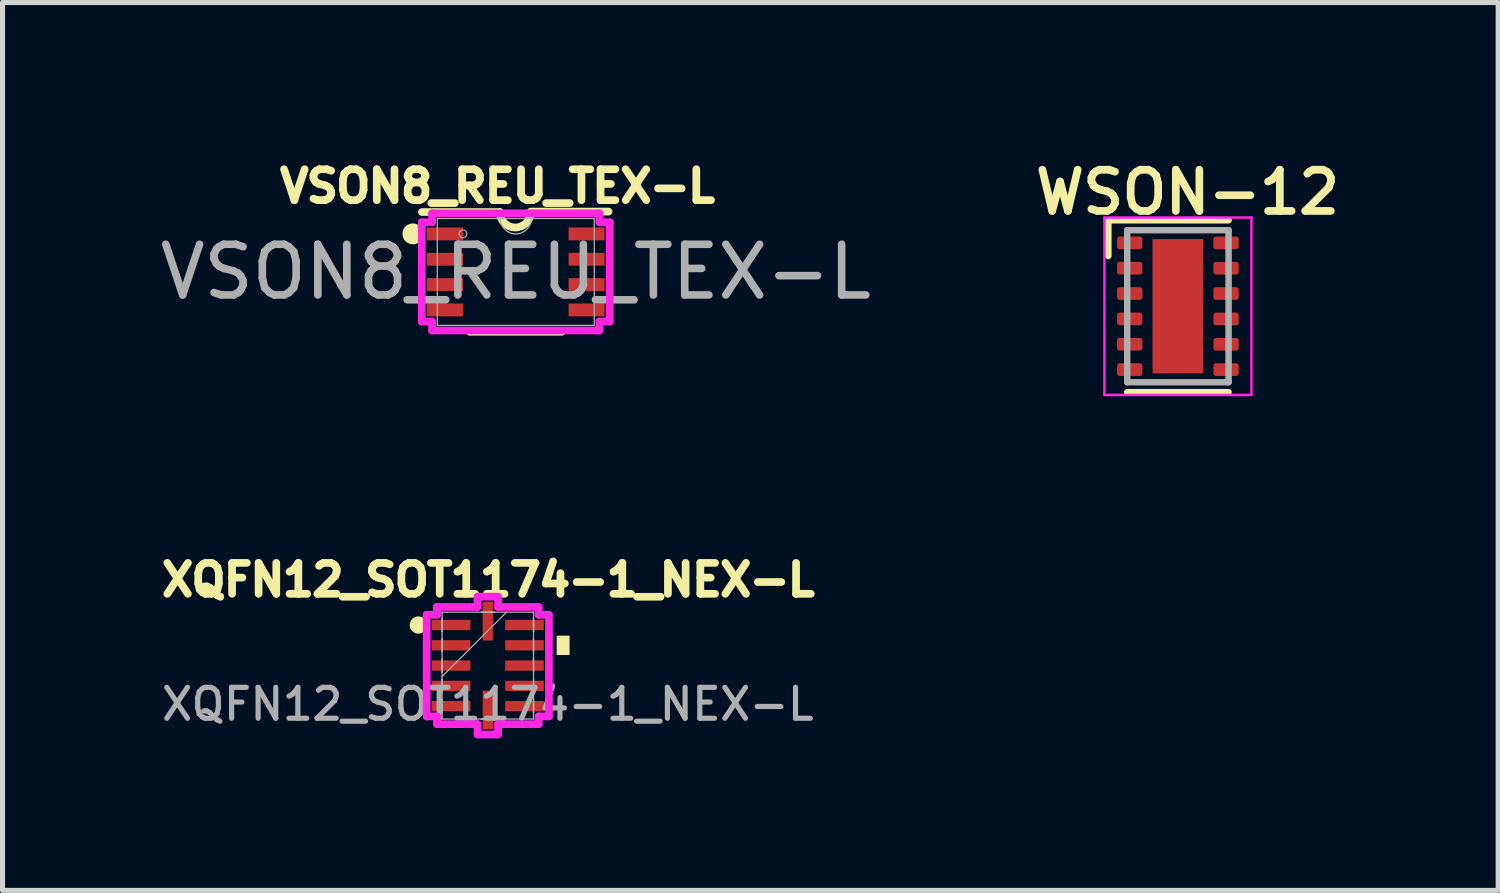
<source format=kicad_pcb>
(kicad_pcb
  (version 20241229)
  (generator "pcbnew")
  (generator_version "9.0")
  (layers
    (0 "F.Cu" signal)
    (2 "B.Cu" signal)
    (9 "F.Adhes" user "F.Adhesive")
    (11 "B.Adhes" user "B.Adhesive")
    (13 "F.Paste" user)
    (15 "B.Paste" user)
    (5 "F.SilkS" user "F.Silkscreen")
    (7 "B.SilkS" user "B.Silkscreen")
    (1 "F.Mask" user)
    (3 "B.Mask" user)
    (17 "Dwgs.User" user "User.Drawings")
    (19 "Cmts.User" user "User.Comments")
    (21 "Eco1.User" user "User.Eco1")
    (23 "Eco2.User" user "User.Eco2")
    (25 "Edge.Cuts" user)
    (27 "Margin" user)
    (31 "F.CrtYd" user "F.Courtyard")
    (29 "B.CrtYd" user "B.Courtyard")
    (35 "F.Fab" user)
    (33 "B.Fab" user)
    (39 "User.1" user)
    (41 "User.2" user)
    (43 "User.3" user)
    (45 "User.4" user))
  (footprint "WSON-12"
    (layer "F.Cu")
    (at 20.187 2.991)
    (property "Reference" "WSON-12" (at 0.191 -2.248 0) (layer "F.SilkS") (effects (font (size 0.813 0.813) (thickness 0.152) (bold yes))))
    (attr smd)
    (fp_line (start -1.372 -1.695) (end 1 -1.695) (stroke (width 0.127) (type solid)) (layer "F.SilkS"))
    (fp_line (start -1.372 -0.991) (end -1.372 -1.686) (stroke (width 0.127) (type solid)) (layer "F.SilkS"))
    (fp_line (start -1 1.695) (end 1 1.695) (stroke (width 0.127) (type solid)) (layer "F.SilkS"))
    (fp_poly (pts (xy -0.475 -1.27) (xy 0.475 -1.27) (xy 0.475 -0.1) (xy -0.475 -0.1)) (stroke (width 0.01) (type solid)) (fill yes) (layer "F.Paste"))
    (fp_poly (pts (xy -0.475 0.1) (xy 0.475 0.1) (xy 0.475 1.27) (xy -0.475 1.27)) (stroke (width 0.01) (type solid)) (fill yes) (layer "F.Paste"))
    (fp_line (start -1.45 -1.75) (end -1.45 1.75) (stroke (width 0.05) (type solid)) (layer "F.CrtYd"))
    (fp_line (start -1.45 -1.75) (end 1.45 -1.75) (stroke (width 0.05) (type solid)) (layer "F.CrtYd"))
    (fp_line (start -1.45 1.75) (end 1.45 1.75) (stroke (width 0.05) (type solid)) (layer "F.CrtYd"))
    (fp_line (start 1.45 -1.75) (end 1.45 1.75) (stroke (width 0.05) (type solid)) (layer "F.CrtYd"))
    (fp_line (start -1 -1.5) (end -1 1.5) (stroke (width 0.127) (type solid)) (layer "F.Fab"))
    (fp_line (start -1 -1.5) (end 1 -1.5) (stroke (width 0.127) (type solid)) (layer "F.Fab"))
    (fp_line (start -1 1.5) (end 1 1.5) (stroke (width 0.127) (type solid)) (layer "F.Fab"))
    (fp_line (start 1 -1.5) (end 1 1.5) (stroke (width 0.127) (type solid)) (layer "F.Fab"))
    (pad "1" smd roundrect (at -0.95 -1.25) (size 0.5 0.25) (layers "F.Cu" "F.Mask" "F.Paste") (roundrect_rratio 0.2))
    (pad "2" smd roundrect (at -0.95 -0.75) (size 0.5 0.25) (layers "F.Cu" "F.Mask" "F.Paste") (roundrect_rratio 0.2))
    (pad "3" smd roundrect (at -0.95 -0.25) (size 0.5 0.25) (layers "F.Cu" "F.Mask" "F.Paste") (roundrect_rratio 0.2))
    (pad "4" smd roundrect (at -0.95 0.25) (size 0.5 0.25) (layers "F.Cu" "F.Mask" "F.Paste") (roundrect_rratio 0.2))
    (pad "5" smd roundrect (at -0.95 0.75) (size 0.5 0.25) (layers "F.Cu" "F.Mask" "F.Paste") (roundrect_rratio 0.2))
    (pad "6" smd roundrect (at -0.95 1.25) (size 0.5 0.25) (layers "F.Cu" "F.Mask" "F.Paste") (roundrect_rratio 0.2))
    (pad "7" smd roundrect (at 0.95 1.25) (size 0.5 0.25) (layers "F.Cu" "F.Mask" "F.Paste") (roundrect_rratio 0.2))
    (pad "8" smd roundrect (at 0.95 0.75) (size 0.5 0.25) (layers "F.Cu" "F.Mask" "F.Paste") (roundrect_rratio 0.2))
    (pad "9" smd roundrect (at 0.95 0.25) (size 0.5 0.25) (layers "F.Cu" "F.Mask" "F.Paste") (roundrect_rratio 0.2))
    (pad "10" smd roundrect (at 0.95 -0.25) (size 0.5 0.25) (layers "F.Cu" "F.Mask" "F.Paste") (roundrect_rratio 0.2))
    (pad "11" smd roundrect (at 0.95 -0.75) (size 0.5 0.25) (layers "F.Cu" "F.Mask" "F.Paste") (roundrect_rratio 0.2))
    (pad "12" smd roundrect (at 0.95 -1.25) (size 0.5 0.25) (layers "F.Cu" "F.Mask" "F.Paste") (roundrect_rratio 0.2))
    (pad "13" smd rect (at 0 0) (size 1 2.65) (layers "F.Cu" "F.Mask")))
  (footprint "VSON8_REU_TEX-L"
    (layer "F.Cu")
    (at 7.125 2.314)
    (property "Reference" "VSON8_REU_TEX-L" (at -0.36 -1.69 0) (unlocked yes) (layer "F.SilkS") (effects (font (size 0.61 0.61) (thickness 0.152) (bold yes))))
    (attr smd)
    (fp_line (start -0.906 1.181) (end 0.906 1.181) (stroke (width 0.152) (type solid)) (layer "F.SilkS"))
    (fp_line (start -0.315 -1.181) (end -1.85 -1.181) (stroke (width 0.152) (type solid)) (layer "F.SilkS"))
    (fp_line (start 1.83 -1.19) (end 0.295 -1.19) (stroke (width 0.152) (type solid)) (layer "F.SilkS"))
    (fp_arc (start 0.2948 -1.1811) (mid -0.01 -0.8763) (end -0.3148 -1.1811) (stroke (width 0.1524) (type solid)) (layer "F.SilkS"))
    (fp_circle (center -2.03 -0.75) (end -1.874 -0.75) (stroke (width 0.1) (type solid)) (fill yes) (layer "F.SilkS"))
    (fp_line (start -1.854 -0.979) (end -1.651 -0.979) (stroke (width 0.152) (type solid)) (layer "F.CrtYd"))
    (fp_line (start -1.854 0.979) (end -1.854 -0.979) (stroke (width 0.152) (type solid)) (layer "F.CrtYd"))
    (fp_line (start -1.854 0.979) (end -1.651 0.979) (stroke (width 0.152) (type solid)) (layer "F.CrtYd"))
    (fp_line (start -1.651 -1.156) (end 1.651 -1.156) (stroke (width 0.152) (type solid)) (layer "F.CrtYd"))
    (fp_line (start -1.651 -0.979) (end -1.651 -1.156) (stroke (width 0.152) (type solid)) (layer "F.CrtYd"))
    (fp_line (start -1.651 1.156) (end -1.651 0.979) (stroke (width 0.152) (type solid)) (layer "F.CrtYd"))
    (fp_line (start 1.651 -1.156) (end 1.651 -0.979) (stroke (width 0.152) (type solid)) (layer "F.CrtYd"))
    (fp_line (start 1.651 0.979) (end 1.651 1.156) (stroke (width 0.152) (type solid)) (layer "F.CrtYd"))
    (fp_line (start 1.651 1.156) (end -1.651 1.156) (stroke (width 0.152) (type solid)) (layer "F.CrtYd"))
    (fp_line (start 1.854 -0.979) (end 1.651 -0.979) (stroke (width 0.152) (type solid)) (layer "F.CrtYd"))
    (fp_line (start 1.854 -0.979) (end 1.854 0.979) (stroke (width 0.152) (type solid)) (layer "F.CrtYd"))
    (fp_line (start 1.854 0.979) (end 1.651 0.979) (stroke (width 0.152) (type solid)) (layer "F.CrtYd"))
    (fp_line (start -1.549 -1.054) (end -1.549 1.054) (stroke (width 0.025) (type solid)) (layer "F.Fab"))
    (fp_line (start -1.549 1.054) (end 1.549 1.054) (stroke (width 0.025) (type solid)) (layer "F.Fab"))
    (fp_line (start 1.549 -1.054) (end -1.549 -1.054) (stroke (width 0.025) (type solid)) (layer "F.Fab"))
    (fp_line (start 1.549 1.054) (end 1.549 -1.054) (stroke (width 0.025) (type solid)) (layer "F.Fab"))
    (fp_arc (start 0.3048 -1.0541) (mid 0 -0.7493) (end -0.3048 -1.0541) (stroke (width 0.0254) (type solid)) (layer "F.Fab"))
    (fp_circle (center -1.041 -0.75) (end -0.965 -0.75) (stroke (width 0.025) (type solid)) (fill no) (layer "F.Fab"))
    (fp_text user "${REFERENCE}" (at 0 0 0) (unlocked yes) (layer "F.Fab") (effects (font (size 1 1) (thickness 0.15))))
    (pad "1" smd rect (at -1.397 -0.75) (size 0.711 0.254) (layers "F.Cu" "F.Mask" "F.Paste"))
    (pad "2" smd rect (at -1.397 -0.25) (size 0.711 0.254) (layers "F.Cu" "F.Mask" "F.Paste"))
    (pad "3" smd rect (at -1.397 0.25) (size 0.711 0.254) (layers "F.Cu" "F.Mask" "F.Paste"))
    (pad "4" smd rect (at -1.397 0.75) (size 0.711 0.254) (layers "F.Cu" "F.Mask" "F.Paste"))
    (pad "5" smd rect (at 1.397 0.75) (size 0.711 0.254) (layers "F.Cu" "F.Mask" "F.Paste"))
    (pad "6" smd rect (at 1.397 0.25) (size 0.711 0.254) (layers "F.Cu" "F.Mask" "F.Paste"))
    (pad "7" smd rect (at 1.397 -0.25) (size 0.711 0.254) (layers "F.Cu" "F.Mask" "F.Paste"))
    (pad "8" smd rect (at 1.397 -0.75) (size 0.711 0.254) (layers "F.Cu" "F.Mask" "F.Paste")))
  (footprint "XQFN12_SOT1174-1_NEX-L"
    (layer "F.Cu")
    (at 6.573 10.08)
    (property "Reference" "XQFN12_SOT1174-1_NEX-L" (at 0.01 -1.69 0) (unlocked yes) (layer "F.SilkS") (effects (font (size 0.61 0.61) (thickness 0.152) (bold yes))))
    (attr smd)
    (fp_circle (center -1.37 -0.8) (end -1.28 -0.72) (stroke (width 0.1) (type solid)) (fill yes) (layer "F.SilkS"))
    (fp_poly (pts (xy 1.613 -0.59) (xy 1.613 -0.209) (xy 1.359 -0.209) (xy 1.359 -0.59)) (stroke (width 0) (type solid)) (fill yes) (layer "F.SilkS"))
    (fp_line (start -1.206 -1.003) (end -1.003 -1.003) (stroke (width 0.152) (type solid)) (layer "F.CrtYd"))
    (fp_line (start -1.206 1.003) (end -1.206 -1.003) (stroke (width 0.152) (type solid)) (layer "F.CrtYd"))
    (fp_line (start -1.003 -1.156) (end -0.203 -1.156) (stroke (width 0.152) (type solid)) (layer "F.CrtYd"))
    (fp_line (start -1.003 -1.003) (end -1.003 -1.156) (stroke (width 0.152) (type solid)) (layer "F.CrtYd"))
    (fp_line (start -1.003 1.003) (end -1.206 1.003) (stroke (width 0.152) (type solid)) (layer "F.CrtYd"))
    (fp_line (start -1.003 1.156) (end -1.003 1.003) (stroke (width 0.152) (type solid)) (layer "F.CrtYd"))
    (fp_line (start -0.203 -1.359) (end 0.203 -1.359) (stroke (width 0.152) (type solid)) (layer "F.CrtYd"))
    (fp_line (start -0.203 -1.156) (end -0.203 -1.359) (stroke (width 0.152) (type solid)) (layer "F.CrtYd"))
    (fp_line (start -0.203 1.156) (end -1.003 1.156) (stroke (width 0.152) (type solid)) (layer "F.CrtYd"))
    (fp_line (start -0.203 1.359) (end -0.203 1.156) (stroke (width 0.152) (type solid)) (layer "F.CrtYd"))
    (fp_line (start 0.203 -1.359) (end 0.203 -1.156) (stroke (width 0.152) (type solid)) (layer "F.CrtYd"))
    (fp_line (start 0.203 -1.156) (end 1.003 -1.156) (stroke (width 0.152) (type solid)) (layer "F.CrtYd"))
    (fp_line (start 0.203 1.156) (end 0.203 1.359) (stroke (width 0.152) (type solid)) (layer "F.CrtYd"))
    (fp_line (start 0.203 1.359) (end -0.203 1.359) (stroke (width 0.152) (type solid)) (layer "F.CrtYd"))
    (fp_line (start 1.003 -1.156) (end 1.003 -1.003) (stroke (width 0.152) (type solid)) (layer "F.CrtYd"))
    (fp_line (start 1.003 -1.003) (end 1.206 -1.003) (stroke (width 0.152) (type solid)) (layer "F.CrtYd"))
    (fp_line (start 1.003 1.003) (end 1.003 1.156) (stroke (width 0.152) (type solid)) (layer "F.CrtYd"))
    (fp_line (start 1.003 1.156) (end 0.203 1.156) (stroke (width 0.152) (type solid)) (layer "F.CrtYd"))
    (fp_line (start 1.206 -1.003) (end 1.206 1.003) (stroke (width 0.152) (type solid)) (layer "F.CrtYd"))
    (fp_line (start 1.206 1.003) (end 1.003 1.003) (stroke (width 0.152) (type solid)) (layer "F.CrtYd"))
    (fp_line (start -0.902 -1.054) (end -0.902 -1.054) (stroke (width 0.025) (type solid)) (layer "F.Fab"))
    (fp_line (start -0.902 -1.054) (end -0.902 1.054) (stroke (width 0.025) (type solid)) (layer "F.Fab"))
    (fp_line (start -0.902 -0.927) (end -0.902 -0.927) (stroke (width 0.025) (type solid)) (layer "F.Fab"))
    (fp_line (start -0.902 -0.927) (end -0.902 -0.673) (stroke (width 0.025) (type solid)) (layer "F.Fab"))
    (fp_line (start -0.902 -0.673) (end -0.902 -0.927) (stroke (width 0.025) (type solid)) (layer "F.Fab"))
    (fp_line (start -0.902 -0.673) (end -0.902 -0.673) (stroke (width 0.025) (type solid)) (layer "F.Fab"))
    (fp_line (start -0.902 -0.527) (end -0.902 -0.527) (stroke (width 0.025) (type solid)) (layer "F.Fab"))
    (fp_line (start -0.902 -0.527) (end -0.902 -0.273) (stroke (width 0.025) (type solid)) (layer "F.Fab"))
    (fp_line (start -0.902 -0.273) (end -0.902 -0.527) (stroke (width 0.025) (type solid)) (layer "F.Fab"))
    (fp_line (start -0.902 -0.273) (end -0.902 -0.273) (stroke (width 0.025) (type solid)) (layer "F.Fab"))
    (fp_line (start -0.902 -0.127) (end -0.902 -0.127) (stroke (width 0.025) (type solid)) (layer "F.Fab"))
    (fp_line (start -0.902 -0.127) (end -0.902 0.127) (stroke (width 0.025) (type solid)) (layer "F.Fab"))
    (fp_line (start -0.902 0.127) (end -0.902 -0.127) (stroke (width 0.025) (type solid)) (layer "F.Fab"))
    (fp_line (start -0.902 0.127) (end -0.902 0.127) (stroke (width 0.025) (type solid)) (layer "F.Fab"))
    (fp_line (start -0.902 0.216) (end 0.368 -1.054) (stroke (width 0.025) (type solid)) (layer "F.Fab"))
    (fp_line (start -0.902 0.273) (end -0.902 0.273) (stroke (width 0.025) (type solid)) (layer "F.Fab"))
    (fp_line (start -0.902 0.273) (end -0.902 0.527) (stroke (width 0.025) (type solid)) (layer "F.Fab"))
    (fp_line (start -0.902 0.527) (end -0.902 0.273) (stroke (width 0.025) (type solid)) (layer "F.Fab"))
    (fp_line (start -0.902 0.527) (end -0.902 0.527) (stroke (width 0.025) (type solid)) (layer "F.Fab"))
    (fp_line (start -0.902 0.673) (end -0.902 0.673) (stroke (width 0.025) (type solid)) (layer "F.Fab"))
    (fp_line (start -0.902 0.673) (end -0.902 0.927) (stroke (width 0.025) (type solid)) (layer "F.Fab"))
    (fp_line (start -0.902 0.927) (end -0.902 0.673) (stroke (width 0.025) (type solid)) (layer "F.Fab"))
    (fp_line (start -0.902 0.927) (end -0.902 0.927) (stroke (width 0.025) (type solid)) (layer "F.Fab"))
    (fp_line (start -0.902 1.054) (end -0.902 1.054) (stroke (width 0.025) (type solid)) (layer "F.Fab"))
    (fp_line (start -0.902 1.054) (end 0.902 1.054) (stroke (width 0.025) (type solid)) (layer "F.Fab"))
    (fp_line (start -0.127 -1.054) (end -0.127 -1.054) (stroke (width 0.025) (type solid)) (layer "F.Fab"))
    (fp_line (start -0.127 -1.054) (end 0.127 -1.054) (stroke (width 0.025) (type solid)) (layer "F.Fab"))
    (fp_line (start -0.127 1.054) (end -0.127 1.054) (stroke (width 0.025) (type solid)) (layer "F.Fab"))
    (fp_line (start -0.127 1.054) (end 0.127 1.054) (stroke (width 0.025) (type solid)) (layer "F.Fab"))
    (fp_line (start 0.127 -1.054) (end -0.127 -1.054) (stroke (width 0.025) (type solid)) (layer "F.Fab"))
    (fp_line (start 0.127 -1.054) (end 0.127 -1.054) (stroke (width 0.025) (type solid)) (layer "F.Fab"))
    (fp_line (start 0.127 1.054) (end -0.127 1.054) (stroke (width 0.025) (type solid)) (layer "F.Fab"))
    (fp_line (start 0.127 1.054) (end 0.127 1.054) (stroke (width 0.025) (type solid)) (layer "F.Fab"))
    (fp_line (start 0.902 -1.054) (end -0.902 -1.054) (stroke (width 0.025) (type solid)) (layer "F.Fab"))
    (fp_line (start 0.902 -1.054) (end 0.902 -1.054) (stroke (width 0.025) (type solid)) (layer "F.Fab"))
    (fp_line (start 0.902 -0.927) (end 0.902 -0.927) (stroke (width 0.025) (type solid)) (layer "F.Fab"))
    (fp_line (start 0.902 -0.927) (end 0.902 -0.673) (stroke (width 0.025) (type solid)) (layer "F.Fab"))
    (fp_line (start 0.902 -0.673) (end 0.902 -0.927) (stroke (width 0.025) (type solid)) (layer "F.Fab"))
    (fp_line (start 0.902 -0.673) (end 0.902 -0.673) (stroke (width 0.025) (type solid)) (layer "F.Fab"))
    (fp_line (start 0.902 -0.527) (end 0.902 -0.527) (stroke (width 0.025) (type solid)) (layer "F.Fab"))
    (fp_line (start 0.902 -0.527) (end 0.902 -0.273) (stroke (width 0.025) (type solid)) (layer "F.Fab"))
    (fp_line (start 0.902 -0.273) (end 0.902 -0.527) (stroke (width 0.025) (type solid)) (layer "F.Fab"))
    (fp_line (start 0.902 -0.273) (end 0.902 -0.273) (stroke (width 0.025) (type solid)) (layer "F.Fab"))
    (fp_line (start 0.902 -0.127) (end 0.902 -0.127) (stroke (width 0.025) (type solid)) (layer "F.Fab"))
    (fp_line (start 0.902 -0.127) (end 0.902 0.127) (stroke (width 0.025) (type solid)) (layer "F.Fab"))
    (fp_line (start 0.902 0.127) (end 0.902 -0.127) (stroke (width 0.025) (type solid)) (layer "F.Fab"))
    (fp_line (start 0.902 0.127) (end 0.902 0.127) (stroke (width 0.025) (type solid)) (layer "F.Fab"))
    (fp_line (start 0.902 0.273) (end 0.902 0.273) (stroke (width 0.025) (type solid)) (layer "F.Fab"))
    (fp_line (start 0.902 0.273) (end 0.902 0.527) (stroke (width 0.025) (type solid)) (layer "F.Fab"))
    (fp_line (start 0.902 0.527) (end 0.902 0.273) (stroke (width 0.025) (type solid)) (layer "F.Fab"))
    (fp_line (start 0.902 0.527) (end 0.902 0.527) (stroke (width 0.025) (type solid)) (layer "F.Fab"))
    (fp_line (start 0.902 0.673) (end 0.902 0.673) (stroke (width 0.025) (type solid)) (layer "F.Fab"))
    (fp_line (start 0.902 0.673) (end 0.902 0.927) (stroke (width 0.025) (type solid)) (layer "F.Fab"))
    (fp_line (start 0.902 0.927) (end 0.902 0.673) (stroke (width 0.025) (type solid)) (layer "F.Fab"))
    (fp_line (start 0.902 0.927) (end 0.902 0.927) (stroke (width 0.025) (type solid)) (layer "F.Fab"))
    (fp_line (start 0.902 1.054) (end 0.902 -1.054) (stroke (width 0.025) (type solid)) (layer "F.Fab"))
    (fp_line (start 0.902 1.054) (end 0.902 1.054) (stroke (width 0.025) (type solid)) (layer "F.Fab"))
    (fp_text user "${REFERENCE}" (at 0 0.762 0) (unlocked yes) (layer "F.Fab") (effects (font (size 0.61 0.61) (thickness 0.102) (bold yes))))
    (pad "1" smd rect (at -0.724 -0.8 90) (size 0.203 0.762) (layers "F.Cu" "F.Mask" "F.Paste"))
    (pad "2" smd rect (at -0.724 -0.4 90) (size 0.203 0.762) (layers "F.Cu" "F.Mask" "F.Paste"))
    (pad "3" smd rect (at -0.724 0 90) (size 0.203 0.762) (layers "F.Cu" "F.Mask" "F.Paste"))
    (pad "4" smd rect (at -0.724 0.4 90) (size 0.203 0.762) (layers "F.Cu" "F.Mask" "F.Paste"))
    (pad "5" smd rect (at -0.724 0.8 90) (size 0.203 0.762) (layers "F.Cu" "F.Mask" "F.Paste"))
    (pad "6" smd rect (at 0 0.876) (size 0.203 0.762) (layers "F.Cu" "F.Mask" "F.Paste"))
    (pad "7" smd rect (at 0.724 0.8 90) (size 0.203 0.762) (layers "F.Cu" "F.Mask" "F.Paste"))
    (pad "8" smd rect (at 0.724 0.4 90) (size 0.203 0.762) (layers "F.Cu" "F.Mask" "F.Paste"))
    (pad "9" smd rect (at 0.724 0 90) (size 0.203 0.762) (layers "F.Cu" "F.Mask" "F.Paste"))
    (pad "10" smd rect (at 0.724 -0.4 90) (size 0.203 0.762) (layers "F.Cu" "F.Mask" "F.Paste"))
    (pad "11" smd rect (at 0.724 -0.8 90) (size 0.203 0.762) (layers "F.Cu" "F.Mask" "F.Paste"))
    (pad "12" smd rect (at 0 -0.876) (size 0.203 0.762) (layers "F.Cu" "F.Mask" "F.Paste")))
  (gr_rect
    (start -3 -3)
    (end 26.505 14.515)
    (stroke (width 0.1) (type default))
    (fill no)
    (layer "Edge.Cuts")))
</source>
